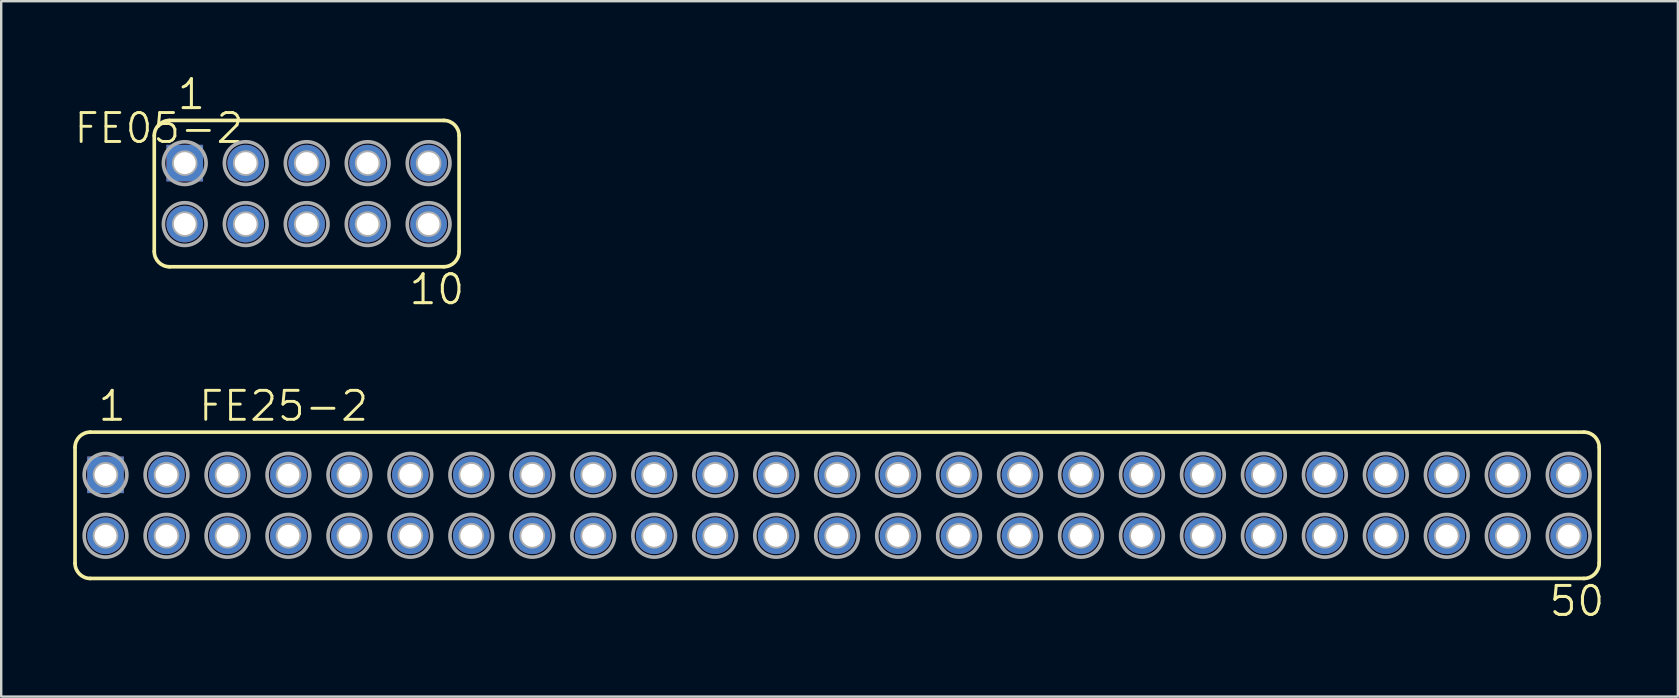
<source format=kicad_pcb>
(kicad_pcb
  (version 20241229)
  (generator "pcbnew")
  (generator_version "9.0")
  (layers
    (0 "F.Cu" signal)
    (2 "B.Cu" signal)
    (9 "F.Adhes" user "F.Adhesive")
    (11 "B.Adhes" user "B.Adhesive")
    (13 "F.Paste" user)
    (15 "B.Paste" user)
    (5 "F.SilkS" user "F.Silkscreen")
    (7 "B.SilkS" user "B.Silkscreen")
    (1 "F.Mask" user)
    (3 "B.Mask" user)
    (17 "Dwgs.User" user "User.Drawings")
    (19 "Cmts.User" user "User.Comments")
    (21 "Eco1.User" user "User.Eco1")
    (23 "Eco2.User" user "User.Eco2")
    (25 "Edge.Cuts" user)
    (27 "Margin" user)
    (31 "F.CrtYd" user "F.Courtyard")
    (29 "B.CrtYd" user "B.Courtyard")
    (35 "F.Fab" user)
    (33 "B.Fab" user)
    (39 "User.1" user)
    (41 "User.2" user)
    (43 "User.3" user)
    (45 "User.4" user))
  (footprint "FE05-2"
    (layer "F.Cu")
    (at 9.727 5.016)
    (property "Reference" "FE05-2" (at -2.54 -3.429 180) (layer "F.SilkS") (effects (font (size 1.206 1.206) (thickness 0.121)) (justify right top)))
    (attr through_hole)
    (fp_line (start -6.35 2.413) (end -6.35 -2.413) (stroke (width 0.152) (type solid)) (layer "F.SilkS"))
    (fp_line (start -5.715 -3.048) (end 5.715 -3.048) (stroke (width 0.152) (type solid)) (layer "F.SilkS"))
    (fp_line (start -5.715 3.048) (end 5.715 3.048) (stroke (width 0.152) (type solid)) (layer "F.SilkS"))
    (fp_line (start 6.35 2.413) (end 6.35 -2.413) (stroke (width 0.152) (type solid)) (layer "F.SilkS"))
    (fp_arc (start -6.35 -2.413) (mid -6.164013 -2.862013) (end -5.715 -3.048) (stroke (width 0.1524) (type solid)) (layer "F.SilkS"))
    (fp_arc (start -5.715 3.048) (mid -6.164013 2.862013) (end -6.35 2.413) (stroke (width 0.1524) (type solid)) (layer "F.SilkS"))
    (fp_arc (start 5.715 -3.048) (mid 6.164013 -2.862013) (end 6.35 -2.413) (stroke (width 0.1524) (type solid)) (layer "F.SilkS"))
    (fp_arc (start 6.35 2.413) (mid 6.164013 2.862013) (end 5.715 3.048) (stroke (width 0.1524) (type solid)) (layer "F.SilkS"))
    (fp_circle (center -5.08 -1.27) (end -4.953 -1.27) (stroke (width 0.406) (type solid)) (fill no) (layer "F.Fab"))
    (fp_circle (center -5.08 -1.27) (end -4.191 -1.27) (stroke (width 0.152) (type solid)) (fill no) (layer "F.Fab"))
    (fp_circle (center -5.08 1.27) (end -4.953 1.27) (stroke (width 0.406) (type solid)) (fill no) (layer "F.Fab"))
    (fp_circle (center -5.08 1.27) (end -4.191 1.27) (stroke (width 0.152) (type solid)) (fill no) (layer "F.Fab"))
    (fp_circle (center -2.54 -1.27) (end -2.413 -1.27) (stroke (width 0.406) (type solid)) (fill no) (layer "F.Fab"))
    (fp_circle (center -2.54 -1.27) (end -1.651 -1.27) (stroke (width 0.152) (type solid)) (fill no) (layer "F.Fab"))
    (fp_circle (center -2.54 1.27) (end -2.413 1.27) (stroke (width 0.406) (type solid)) (fill no) (layer "F.Fab"))
    (fp_circle (center -2.54 1.27) (end -1.651 1.27) (stroke (width 0.152) (type solid)) (fill no) (layer "F.Fab"))
    (fp_circle (center 0 -1.27) (end 0.127 -1.27) (stroke (width 0.406) (type solid)) (fill no) (layer "F.Fab"))
    (fp_circle (center 0 -1.27) (end 0.889 -1.27) (stroke (width 0.152) (type solid)) (fill no) (layer "F.Fab"))
    (fp_circle (center 0 1.27) (end 0.127 1.27) (stroke (width 0.406) (type solid)) (fill no) (layer "F.Fab"))
    (fp_circle (center 0 1.27) (end 0.889 1.27) (stroke (width 0.152) (type solid)) (fill no) (layer "F.Fab"))
    (fp_circle (center 2.54 -1.27) (end 2.667 -1.27) (stroke (width 0.406) (type solid)) (fill no) (layer "F.Fab"))
    (fp_circle (center 2.54 -1.27) (end 3.429 -1.27) (stroke (width 0.152) (type solid)) (fill no) (layer "F.Fab"))
    (fp_circle (center 2.54 1.27) (end 2.667 1.27) (stroke (width 0.406) (type solid)) (fill no) (layer "F.Fab"))
    (fp_circle (center 2.54 1.27) (end 3.429 1.27) (stroke (width 0.152) (type solid)) (fill no) (layer "F.Fab"))
    (fp_circle (center 5.08 -1.27) (end 5.207 -1.27) (stroke (width 0.406) (type solid)) (fill no) (layer "F.Fab"))
    (fp_circle (center 5.08 -1.27) (end 5.969 -1.27) (stroke (width 0.152) (type solid)) (fill no) (layer "F.Fab"))
    (fp_circle (center 5.08 1.27) (end 5.207 1.27) (stroke (width 0.406) (type solid)) (fill no) (layer "F.Fab"))
    (fp_circle (center 5.08 1.27) (end 5.969 1.27) (stroke (width 0.152) (type solid)) (fill no) (layer "F.Fab"))
    (fp_text user "10" (at 4.191 4.699 0) (layer "F.SilkS") (effects (font (size 1.206 1.206) (thickness 0.127)) (justify left bottom)))
    (fp_text user "1" (at -5.461 -3.429 0) (layer "F.SilkS") (effects (font (size 1.206 1.206) (thickness 0.127)) (justify left bottom)))
    (pad "1" thru_hole rect (at -5.08 -1.27) (size 1.524 1.524) (drill 0.914) (layers "*.Cu" "*.Mask"))
    (pad "2" thru_hole circle (at -5.08 1.27) (size 1.524 1.524) (drill 0.914) (layers "*.Cu" "*.Mask"))
    (pad "3" thru_hole circle (at -2.54 -1.27) (size 1.524 1.524) (drill 0.914) (layers "*.Cu" "*.Mask"))
    (pad "4" thru_hole circle (at -2.54 1.27) (size 1.524 1.524) (drill 0.914) (layers "*.Cu" "*.Mask"))
    (pad "5" thru_hole circle (at 0 -1.27) (size 1.524 1.524) (drill 0.914) (layers "*.Cu" "*.Mask"))
    (pad "6" thru_hole circle (at 0 1.27) (size 1.524 1.524) (drill 0.914) (layers "*.Cu" "*.Mask"))
    (pad "7" thru_hole circle (at 2.54 -1.27) (size 1.524 1.524) (drill 0.914) (layers "*.Cu" "*.Mask"))
    (pad "8" thru_hole circle (at 2.54 1.27) (size 1.524 1.524) (drill 0.914) (layers "*.Cu" "*.Mask"))
    (pad "9" thru_hole circle (at 5.08 -1.27) (size 1.524 1.524) (drill 0.914) (layers "*.Cu" "*.Mask"))
    (pad "10" thru_hole circle (at 5.08 1.27) (size 1.524 1.524) (drill 0.914) (layers "*.Cu" "*.Mask")))
  (footprint "FE25-2"
    (layer "F.Cu")
    (at 31.826 18.002)
    (property "Reference" "FE25-2" (at -26.67 -3.429 0) (layer "F.SilkS") (effects (font (size 1.206 1.206) (thickness 0.121)) (justify left bottom)))
    (attr through_hole)
    (fp_line (start -31.75 2.413) (end -31.75 -2.413) (stroke (width 0.152) (type solid)) (layer "F.SilkS"))
    (fp_line (start -31.115 -3.048) (end 31.115 -3.048) (stroke (width 0.152) (type solid)) (layer "F.SilkS"))
    (fp_line (start -31.115 3.048) (end 31.115 3.048) (stroke (width 0.152) (type solid)) (layer "F.SilkS"))
    (fp_line (start 31.75 2.413) (end 31.75 -2.413) (stroke (width 0.152) (type solid)) (layer "F.SilkS"))
    (fp_arc (start -31.75 -2.413) (mid -31.564013 -2.862013) (end -31.115 -3.048) (stroke (width 0.1524) (type solid)) (layer "F.SilkS"))
    (fp_arc (start -31.115 3.048) (mid -31.564013 2.862013) (end -31.75 2.413) (stroke (width 0.1524) (type solid)) (layer "F.SilkS"))
    (fp_arc (start 31.115 -3.048) (mid 31.564013 -2.862013) (end 31.75 -2.413) (stroke (width 0.1524) (type solid)) (layer "F.SilkS"))
    (fp_arc (start 31.75 2.413) (mid 31.564013 2.862013) (end 31.115 3.048) (stroke (width 0.1524) (type solid)) (layer "F.SilkS"))
    (fp_circle (center -30.48 -1.27) (end -30.353 -1.27) (stroke (width 0.406) (type solid)) (fill no) (layer "F.Fab"))
    (fp_circle (center -30.48 -1.27) (end -29.591 -1.27) (stroke (width 0.152) (type solid)) (fill no) (layer "F.Fab"))
    (fp_circle (center -30.48 1.27) (end -30.353 1.27) (stroke (width 0.406) (type solid)) (fill no) (layer "F.Fab"))
    (fp_circle (center -30.48 1.27) (end -29.591 1.27) (stroke (width 0.152) (type solid)) (fill no) (layer "F.Fab"))
    (fp_circle (center -27.94 -1.27) (end -27.813 -1.27) (stroke (width 0.406) (type solid)) (fill no) (layer "F.Fab"))
    (fp_circle (center -27.94 -1.27) (end -27.051 -1.27) (stroke (width 0.152) (type solid)) (fill no) (layer "F.Fab"))
    (fp_circle (center -27.94 1.27) (end -27.813 1.27) (stroke (width 0.406) (type solid)) (fill no) (layer "F.Fab"))
    (fp_circle (center -27.94 1.27) (end -27.051 1.27) (stroke (width 0.152) (type solid)) (fill no) (layer "F.Fab"))
    (fp_circle (center -25.4 -1.27) (end -25.273 -1.27) (stroke (width 0.406) (type solid)) (fill no) (layer "F.Fab"))
    (fp_circle (center -25.4 -1.27) (end -24.511 -1.27) (stroke (width 0.152) (type solid)) (fill no) (layer "F.Fab"))
    (fp_circle (center -25.4 1.27) (end -25.273 1.27) (stroke (width 0.406) (type solid)) (fill no) (layer "F.Fab"))
    (fp_circle (center -25.4 1.27) (end -24.511 1.27) (stroke (width 0.152) (type solid)) (fill no) (layer "F.Fab"))
    (fp_circle (center -22.86 -1.27) (end -22.733 -1.27) (stroke (width 0.406) (type solid)) (fill no) (layer "F.Fab"))
    (fp_circle (center -22.86 -1.27) (end -21.971 -1.27) (stroke (width 0.152) (type solid)) (fill no) (layer "F.Fab"))
    (fp_circle (center -22.86 1.27) (end -22.733 1.27) (stroke (width 0.406) (type solid)) (fill no) (layer "F.Fab"))
    (fp_circle (center -22.86 1.27) (end -21.971 1.27) (stroke (width 0.152) (type solid)) (fill no) (layer "F.Fab"))
    (fp_circle (center -20.32 -1.27) (end -20.193 -1.27) (stroke (width 0.406) (type solid)) (fill no) (layer "F.Fab"))
    (fp_circle (center -20.32 -1.27) (end -19.431 -1.27) (stroke (width 0.152) (type solid)) (fill no) (layer "F.Fab"))
    (fp_circle (center -20.32 1.27) (end -20.193 1.27) (stroke (width 0.406) (type solid)) (fill no) (layer "F.Fab"))
    (fp_circle (center -20.32 1.27) (end -19.431 1.27) (stroke (width 0.152) (type solid)) (fill no) (layer "F.Fab"))
    (fp_circle (center -17.78 -1.27) (end -17.653 -1.27) (stroke (width 0.406) (type solid)) (fill no) (layer "F.Fab"))
    (fp_circle (center -17.78 -1.27) (end -16.891 -1.27) (stroke (width 0.152) (type solid)) (fill no) (layer "F.Fab"))
    (fp_circle (center -17.78 1.27) (end -17.653 1.27) (stroke (width 0.406) (type solid)) (fill no) (layer "F.Fab"))
    (fp_circle (center -17.78 1.27) (end -16.891 1.27) (stroke (width 0.152) (type solid)) (fill no) (layer "F.Fab"))
    (fp_circle (center -15.24 -1.27) (end -15.113 -1.27) (stroke (width 0.406) (type solid)) (fill no) (layer "F.Fab"))
    (fp_circle (center -15.24 -1.27) (end -14.351 -1.27) (stroke (width 0.152) (type solid)) (fill no) (layer "F.Fab"))
    (fp_circle (center -15.24 1.27) (end -15.113 1.27) (stroke (width 0.406) (type solid)) (fill no) (layer "F.Fab"))
    (fp_circle (center -15.24 1.27) (end -14.351 1.27) (stroke (width 0.152) (type solid)) (fill no) (layer "F.Fab"))
    (fp_circle (center -12.7 -1.27) (end -12.573 -1.27) (stroke (width 0.406) (type solid)) (fill no) (layer "F.Fab"))
    (fp_circle (center -12.7 -1.27) (end -11.811 -1.27) (stroke (width 0.152) (type solid)) (fill no) (layer "F.Fab"))
    (fp_circle (center -12.7 1.27) (end -12.573 1.27) (stroke (width 0.406) (type solid)) (fill no) (layer "F.Fab"))
    (fp_circle (center -12.7 1.27) (end -11.811 1.27) (stroke (width 0.152) (type solid)) (fill no) (layer "F.Fab"))
    (fp_circle (center -10.16 -1.27) (end -10.033 -1.27) (stroke (width 0.406) (type solid)) (fill no) (layer "F.Fab"))
    (fp_circle (center -10.16 -1.27) (end -9.271 -1.27) (stroke (width 0.152) (type solid)) (fill no) (layer "F.Fab"))
    (fp_circle (center -10.16 1.27) (end -10.033 1.27) (stroke (width 0.406) (type solid)) (fill no) (layer "F.Fab"))
    (fp_circle (center -10.16 1.27) (end -9.271 1.27) (stroke (width 0.152) (type solid)) (fill no) (layer "F.Fab"))
    (fp_circle (center -7.62 -1.27) (end -7.493 -1.27) (stroke (width 0.406) (type solid)) (fill no) (layer "F.Fab"))
    (fp_circle (center -7.62 -1.27) (end -6.731 -1.27) (stroke (width 0.152) (type solid)) (fill no) (layer "F.Fab"))
    (fp_circle (center -7.62 1.27) (end -7.493 1.27) (stroke (width 0.406) (type solid)) (fill no) (layer "F.Fab"))
    (fp_circle (center -7.62 1.27) (end -6.731 1.27) (stroke (width 0.152) (type solid)) (fill no) (layer "F.Fab"))
    (fp_circle (center -5.08 -1.27) (end -4.953 -1.27) (stroke (width 0.406) (type solid)) (fill no) (layer "F.Fab"))
    (fp_circle (center -5.08 -1.27) (end -4.191 -1.27) (stroke (width 0.152) (type solid)) (fill no) (layer "F.Fab"))
    (fp_circle (center -5.08 1.27) (end -4.953 1.27) (stroke (width 0.406) (type solid)) (fill no) (layer "F.Fab"))
    (fp_circle (center -5.08 1.27) (end -4.191 1.27) (stroke (width 0.152) (type solid)) (fill no) (layer "F.Fab"))
    (fp_circle (center -2.54 -1.27) (end -2.413 -1.27) (stroke (width 0.406) (type solid)) (fill no) (layer "F.Fab"))
    (fp_circle (center -2.54 -1.27) (end -1.651 -1.27) (stroke (width 0.152) (type solid)) (fill no) (layer "F.Fab"))
    (fp_circle (center -2.54 1.27) (end -2.413 1.27) (stroke (width 0.406) (type solid)) (fill no) (layer "F.Fab"))
    (fp_circle (center -2.54 1.27) (end -1.651 1.27) (stroke (width 0.152) (type solid)) (fill no) (layer "F.Fab"))
    (fp_circle (center 0 -1.27) (end 0.127 -1.27) (stroke (width 0.406) (type solid)) (fill no) (layer "F.Fab"))
    (fp_circle (center 0 -1.27) (end 0.889 -1.27) (stroke (width 0.152) (type solid)) (fill no) (layer "F.Fab"))
    (fp_circle (center 0 1.27) (end 0.127 1.27) (stroke (width 0.406) (type solid)) (fill no) (layer "F.Fab"))
    (fp_circle (center 0 1.27) (end 0.889 1.27) (stroke (width 0.152) (type solid)) (fill no) (layer "F.Fab"))
    (fp_circle (center 2.54 -1.27) (end 2.667 -1.27) (stroke (width 0.406) (type solid)) (fill no) (layer "F.Fab"))
    (fp_circle (center 2.54 -1.27) (end 3.429 -1.27) (stroke (width 0.152) (type solid)) (fill no) (layer "F.Fab"))
    (fp_circle (center 2.54 1.27) (end 2.667 1.27) (stroke (width 0.406) (type solid)) (fill no) (layer "F.Fab"))
    (fp_circle (center 2.54 1.27) (end 3.429 1.27) (stroke (width 0.152) (type solid)) (fill no) (layer "F.Fab"))
    (fp_circle (center 5.08 -1.27) (end 5.207 -1.27) (stroke (width 0.406) (type solid)) (fill no) (layer "F.Fab"))
    (fp_circle (center 5.08 -1.27) (end 5.969 -1.27) (stroke (width 0.152) (type solid)) (fill no) (layer "F.Fab"))
    (fp_circle (center 5.08 1.27) (end 5.207 1.27) (stroke (width 0.406) (type solid)) (fill no) (layer "F.Fab"))
    (fp_circle (center 5.08 1.27) (end 5.969 1.27) (stroke (width 0.152) (type solid)) (fill no) (layer "F.Fab"))
    (fp_circle (center 7.62 -1.27) (end 7.747 -1.27) (stroke (width 0.406) (type solid)) (fill no) (layer "F.Fab"))
    (fp_circle (center 7.62 -1.27) (end 8.509 -1.27) (stroke (width 0.152) (type solid)) (fill no) (layer "F.Fab"))
    (fp_circle (center 7.62 1.27) (end 7.747 1.27) (stroke (width 0.406) (type solid)) (fill no) (layer "F.Fab"))
    (fp_circle (center 7.62 1.27) (end 8.509 1.27) (stroke (width 0.152) (type solid)) (fill no) (layer "F.Fab"))
    (fp_circle (center 10.16 -1.27) (end 10.287 -1.27) (stroke (width 0.406) (type solid)) (fill no) (layer "F.Fab"))
    (fp_circle (center 10.16 -1.27) (end 11.049 -1.27) (stroke (width 0.152) (type solid)) (fill no) (layer "F.Fab"))
    (fp_circle (center 10.16 1.27) (end 10.287 1.27) (stroke (width 0.406) (type solid)) (fill no) (layer "F.Fab"))
    (fp_circle (center 10.16 1.27) (end 11.049 1.27) (stroke (width 0.152) (type solid)) (fill no) (layer "F.Fab"))
    (fp_circle (center 12.7 -1.27) (end 12.827 -1.27) (stroke (width 0.406) (type solid)) (fill no) (layer "F.Fab"))
    (fp_circle (center 12.7 -1.27) (end 13.589 -1.27) (stroke (width 0.152) (type solid)) (fill no) (layer "F.Fab"))
    (fp_circle (center 12.7 1.27) (end 12.827 1.27) (stroke (width 0.406) (type solid)) (fill no) (layer "F.Fab"))
    (fp_circle (center 12.7 1.27) (end 13.589 1.27) (stroke (width 0.152) (type solid)) (fill no) (layer "F.Fab"))
    (fp_circle (center 15.24 -1.27) (end 15.367 -1.27) (stroke (width 0.406) (type solid)) (fill no) (layer "F.Fab"))
    (fp_circle (center 15.24 -1.27) (end 16.129 -1.27) (stroke (width 0.152) (type solid)) (fill no) (layer "F.Fab"))
    (fp_circle (center 15.24 1.27) (end 15.367 1.27) (stroke (width 0.406) (type solid)) (fill no) (layer "F.Fab"))
    (fp_circle (center 15.24 1.27) (end 16.129 1.27) (stroke (width 0.152) (type solid)) (fill no) (layer "F.Fab"))
    (fp_circle (center 17.78 -1.27) (end 17.907 -1.27) (stroke (width 0.406) (type solid)) (fill no) (layer "F.Fab"))
    (fp_circle (center 17.78 -1.27) (end 18.669 -1.27) (stroke (width 0.152) (type solid)) (fill no) (layer "F.Fab"))
    (fp_circle (center 17.78 1.27) (end 17.907 1.27) (stroke (width 0.406) (type solid)) (fill no) (layer "F.Fab"))
    (fp_circle (center 17.78 1.27) (end 18.669 1.27) (stroke (width 0.152) (type solid)) (fill no) (layer "F.Fab"))
    (fp_circle (center 20.32 -1.27) (end 20.447 -1.27) (stroke (width 0.406) (type solid)) (fill no) (layer "F.Fab"))
    (fp_circle (center 20.32 -1.27) (end 21.209 -1.27) (stroke (width 0.152) (type solid)) (fill no) (layer "F.Fab"))
    (fp_circle (center 20.32 1.27) (end 20.447 1.27) (stroke (width 0.406) (type solid)) (fill no) (layer "F.Fab"))
    (fp_circle (center 20.32 1.27) (end 21.209 1.27) (stroke (width 0.152) (type solid)) (fill no) (layer "F.Fab"))
    (fp_circle (center 22.86 -1.27) (end 22.987 -1.27) (stroke (width 0.406) (type solid)) (fill no) (layer "F.Fab"))
    (fp_circle (center 22.86 -1.27) (end 23.749 -1.27) (stroke (width 0.152) (type solid)) (fill no) (layer "F.Fab"))
    (fp_circle (center 22.86 1.27) (end 22.987 1.27) (stroke (width 0.406) (type solid)) (fill no) (layer "F.Fab"))
    (fp_circle (center 22.86 1.27) (end 23.749 1.27) (stroke (width 0.152) (type solid)) (fill no) (layer "F.Fab"))
    (fp_circle (center 25.4 -1.27) (end 25.527 -1.27) (stroke (width 0.406) (type solid)) (fill no) (layer "F.Fab"))
    (fp_circle (center 25.4 -1.27) (end 26.289 -1.27) (stroke (width 0.152) (type solid)) (fill no) (layer "F.Fab"))
    (fp_circle (center 25.4 1.27) (end 25.527 1.27) (stroke (width 0.406) (type solid)) (fill no) (layer "F.Fab"))
    (fp_circle (center 25.4 1.27) (end 26.289 1.27) (stroke (width 0.152) (type solid)) (fill no) (layer "F.Fab"))
    (fp_circle (center 27.94 -1.27) (end 28.067 -1.27) (stroke (width 0.406) (type solid)) (fill no) (layer "F.Fab"))
    (fp_circle (center 27.94 -1.27) (end 28.829 -1.27) (stroke (width 0.152) (type solid)) (fill no) (layer "F.Fab"))
    (fp_circle (center 27.94 1.27) (end 28.067 1.27) (stroke (width 0.406) (type solid)) (fill no) (layer "F.Fab"))
    (fp_circle (center 27.94 1.27) (end 28.829 1.27) (stroke (width 0.152) (type solid)) (fill no) (layer "F.Fab"))
    (fp_circle (center 30.48 -1.27) (end 30.607 -1.27) (stroke (width 0.406) (type solid)) (fill no) (layer "F.Fab"))
    (fp_circle (center 30.48 -1.27) (end 31.369 -1.27) (stroke (width 0.152) (type solid)) (fill no) (layer "F.Fab"))
    (fp_circle (center 30.48 1.27) (end 30.607 1.27) (stroke (width 0.406) (type solid)) (fill no) (layer "F.Fab"))
    (fp_circle (center 30.48 1.27) (end 31.369 1.27) (stroke (width 0.152) (type solid)) (fill no) (layer "F.Fab"))
    (fp_text user "50" (at 29.591 4.699 0) (layer "F.SilkS") (effects (font (size 1.206 1.206) (thickness 0.127)) (justify left bottom)))
    (fp_text user "1" (at -30.861 -3.429 0) (layer "F.SilkS") (effects (font (size 1.206 1.206) (thickness 0.127)) (justify left bottom)))
    (pad "1" thru_hole rect (at -30.48 -1.27) (size 1.524 1.524) (drill 0.914) (layers "*.Cu" "*.Mask"))
    (pad "2" thru_hole circle (at -30.48 1.27) (size 1.524 1.524) (drill 0.914) (layers "*.Cu" "*.Mask"))
    (pad "3" thru_hole circle (at -27.94 -1.27) (size 1.524 1.524) (drill 0.914) (layers "*.Cu" "*.Mask"))
    (pad "4" thru_hole circle (at -27.94 1.27) (size 1.524 1.524) (drill 0.914) (layers "*.Cu" "*.Mask"))
    (pad "5" thru_hole circle (at -25.4 -1.27) (size 1.524 1.524) (drill 0.914) (layers "*.Cu" "*.Mask"))
    (pad "6" thru_hole circle (at -25.4 1.27) (size 1.524 1.524) (drill 0.914) (layers "*.Cu" "*.Mask"))
    (pad "7" thru_hole circle (at -22.86 -1.27) (size 1.524 1.524) (drill 0.914) (layers "*.Cu" "*.Mask"))
    (pad "8" thru_hole circle (at -22.86 1.27) (size 1.524 1.524) (drill 0.914) (layers "*.Cu" "*.Mask"))
    (pad "9" thru_hole circle (at -20.32 -1.27) (size 1.524 1.524) (drill 0.914) (layers "*.Cu" "*.Mask"))
    (pad "10" thru_hole circle (at -20.32 1.27) (size 1.524 1.524) (drill 0.914) (layers "*.Cu" "*.Mask"))
    (pad "11" thru_hole circle (at -17.78 -1.27) (size 1.524 1.524) (drill 0.914) (layers "*.Cu" "*.Mask"))
    (pad "12" thru_hole circle (at -17.78 1.27) (size 1.524 1.524) (drill 0.914) (layers "*.Cu" "*.Mask"))
    (pad "13" thru_hole circle (at -15.24 -1.27) (size 1.524 1.524) (drill 0.914) (layers "*.Cu" "*.Mask"))
    (pad "14" thru_hole circle (at -15.24 1.27) (size 1.524 1.524) (drill 0.914) (layers "*.Cu" "*.Mask"))
    (pad "15" thru_hole circle (at -12.7 -1.27) (size 1.524 1.524) (drill 0.914) (layers "*.Cu" "*.Mask"))
    (pad "16" thru_hole circle (at -12.7 1.27) (size 1.524 1.524) (drill 0.914) (layers "*.Cu" "*.Mask"))
    (pad "17" thru_hole circle (at -10.16 -1.27) (size 1.524 1.524) (drill 0.914) (layers "*.Cu" "*.Mask"))
    (pad "18" thru_hole circle (at -10.16 1.27) (size 1.524 1.524) (drill 0.914) (layers "*.Cu" "*.Mask"))
    (pad "19" thru_hole circle (at -7.62 -1.27) (size 1.524 1.524) (drill 0.914) (layers "*.Cu" "*.Mask"))
    (pad "20" thru_hole circle (at -7.62 1.27) (size 1.524 1.524) (drill 0.914) (layers "*.Cu" "*.Mask"))
    (pad "21" thru_hole circle (at -5.08 -1.27) (size 1.524 1.524) (drill 0.914) (layers "*.Cu" "*.Mask"))
    (pad "22" thru_hole circle (at -5.08 1.27) (size 1.524 1.524) (drill 0.914) (layers "*.Cu" "*.Mask"))
    (pad "23" thru_hole circle (at -2.54 -1.27) (size 1.524 1.524) (drill 0.914) (layers "*.Cu" "*.Mask"))
    (pad "24" thru_hole circle (at -2.54 1.27) (size 1.524 1.524) (drill 0.914) (layers "*.Cu" "*.Mask"))
    (pad "25" thru_hole circle (at 0 -1.27) (size 1.524 1.524) (drill 0.914) (layers "*.Cu" "*.Mask"))
    (pad "26" thru_hole circle (at 0 1.27) (size 1.524 1.524) (drill 0.914) (layers "*.Cu" "*.Mask"))
    (pad "27" thru_hole circle (at 2.54 -1.27) (size 1.524 1.524) (drill 0.914) (layers "*.Cu" "*.Mask"))
    (pad "28" thru_hole circle (at 2.54 1.27) (size 1.524 1.524) (drill 0.914) (layers "*.Cu" "*.Mask"))
    (pad "29" thru_hole circle (at 5.08 -1.27) (size 1.524 1.524) (drill 0.914) (layers "*.Cu" "*.Mask"))
    (pad "30" thru_hole circle (at 5.08 1.27) (size 1.524 1.524) (drill 0.914) (layers "*.Cu" "*.Mask"))
    (pad "31" thru_hole circle (at 7.62 -1.27) (size 1.524 1.524) (drill 0.914) (layers "*.Cu" "*.Mask"))
    (pad "32" thru_hole circle (at 7.62 1.27) (size 1.524 1.524) (drill 0.914) (layers "*.Cu" "*.Mask"))
    (pad "33" thru_hole circle (at 10.16 -1.27) (size 1.524 1.524) (drill 0.914) (layers "*.Cu" "*.Mask"))
    (pad "34" thru_hole circle (at 10.16 1.27) (size 1.524 1.524) (drill 0.914) (layers "*.Cu" "*.Mask"))
    (pad "35" thru_hole circle (at 12.7 -1.27) (size 1.524 1.524) (drill 0.914) (layers "*.Cu" "*.Mask"))
    (pad "36" thru_hole circle (at 12.7 1.27) (size 1.524 1.524) (drill 0.914) (layers "*.Cu" "*.Mask"))
    (pad "37" thru_hole circle (at 15.24 -1.27) (size 1.524 1.524) (drill 0.914) (layers "*.Cu" "*.Mask"))
    (pad "38" thru_hole circle (at 15.24 1.27) (size 1.524 1.524) (drill 0.914) (layers "*.Cu" "*.Mask"))
    (pad "39" thru_hole circle (at 17.78 -1.27) (size 1.524 1.524) (drill 0.914) (layers "*.Cu" "*.Mask"))
    (pad "40" thru_hole circle (at 17.78 1.27) (size 1.524 1.524) (drill 0.914) (layers "*.Cu" "*.Mask"))
    (pad "41" thru_hole circle (at 20.32 -1.27) (size 1.524 1.524) (drill 0.914) (layers "*.Cu" "*.Mask"))
    (pad "42" thru_hole circle (at 20.32 1.27) (size 1.524 1.524) (drill 0.914) (layers "*.Cu" "*.Mask"))
    (pad "43" thru_hole circle (at 22.86 -1.27) (size 1.524 1.524) (drill 0.914) (layers "*.Cu" "*.Mask"))
    (pad "44" thru_hole circle (at 22.86 1.27) (size 1.524 1.524) (drill 0.914) (layers "*.Cu" "*.Mask"))
    (pad "45" thru_hole circle (at 25.4 -1.27) (size 1.524 1.524) (drill 0.914) (layers "*.Cu" "*.Mask"))
    (pad "46" thru_hole circle (at 25.4 1.27) (size 1.524 1.524) (drill 0.914) (layers "*.Cu" "*.Mask"))
    (pad "47" thru_hole circle (at 27.94 -1.27) (size 1.524 1.524) (drill 0.914) (layers "*.Cu" "*.Mask"))
    (pad "48" thru_hole circle (at 27.94 1.27) (size 1.524 1.524) (drill 0.914) (layers "*.Cu" "*.Mask"))
    (pad "49" thru_hole circle (at 30.48 -1.27) (size 1.524 1.524) (drill 0.914) (layers "*.Cu" "*.Mask"))
    (pad "50" thru_hole circle (at 30.48 1.27) (size 1.524 1.524) (drill 0.914) (layers "*.Cu" "*.Mask")))
  (gr_rect
    (start -3 -3)
    (end 66.855 25.971)
    (stroke (width 0.1) (type default))
    (fill no)
    (layer "Edge.Cuts")))
</source>
